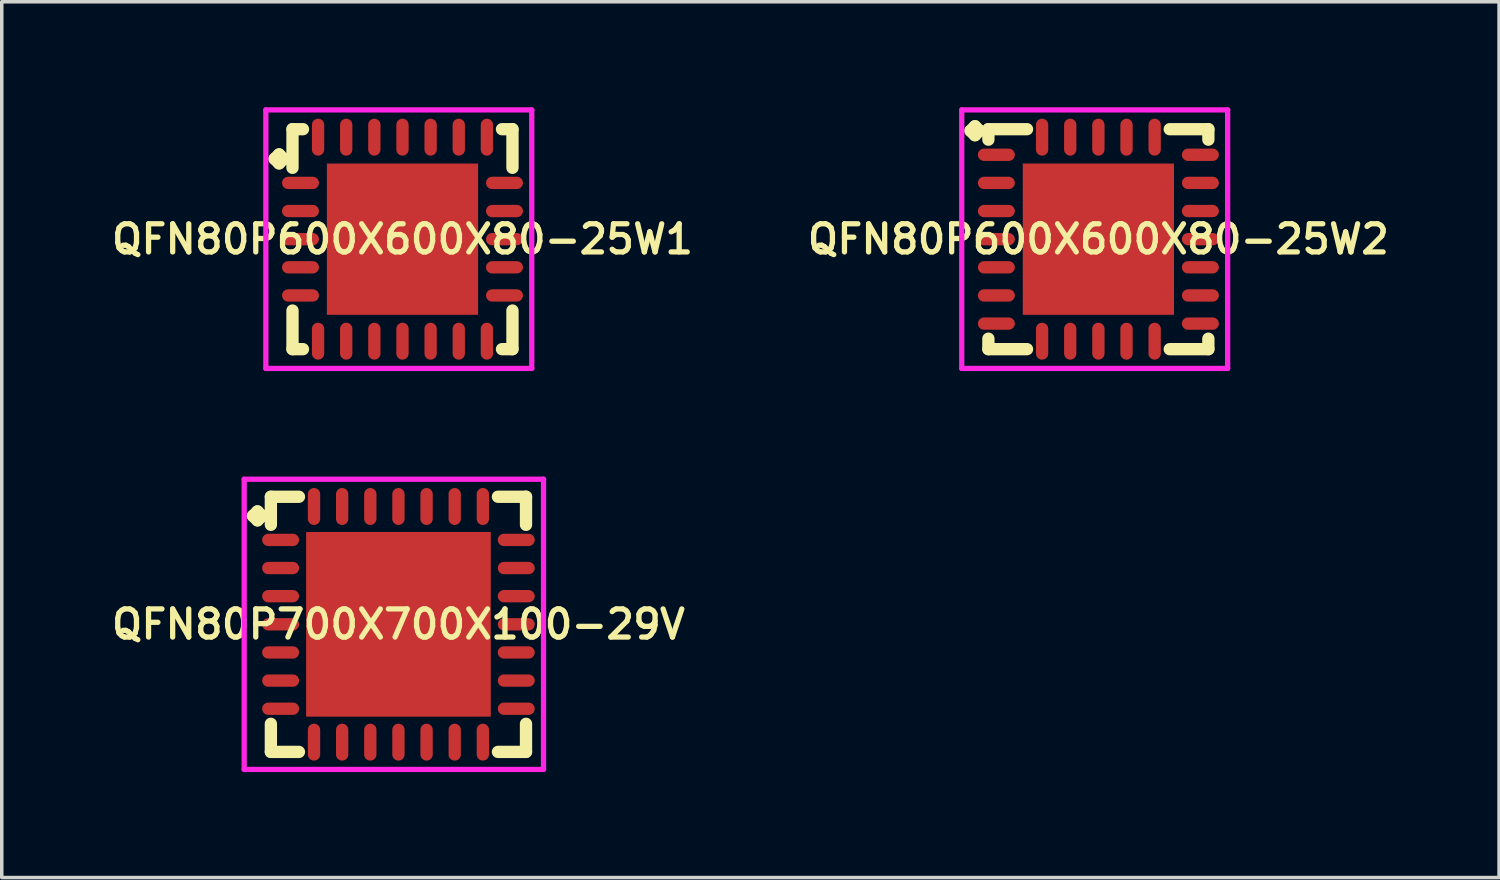
<source format=kicad_pcb>
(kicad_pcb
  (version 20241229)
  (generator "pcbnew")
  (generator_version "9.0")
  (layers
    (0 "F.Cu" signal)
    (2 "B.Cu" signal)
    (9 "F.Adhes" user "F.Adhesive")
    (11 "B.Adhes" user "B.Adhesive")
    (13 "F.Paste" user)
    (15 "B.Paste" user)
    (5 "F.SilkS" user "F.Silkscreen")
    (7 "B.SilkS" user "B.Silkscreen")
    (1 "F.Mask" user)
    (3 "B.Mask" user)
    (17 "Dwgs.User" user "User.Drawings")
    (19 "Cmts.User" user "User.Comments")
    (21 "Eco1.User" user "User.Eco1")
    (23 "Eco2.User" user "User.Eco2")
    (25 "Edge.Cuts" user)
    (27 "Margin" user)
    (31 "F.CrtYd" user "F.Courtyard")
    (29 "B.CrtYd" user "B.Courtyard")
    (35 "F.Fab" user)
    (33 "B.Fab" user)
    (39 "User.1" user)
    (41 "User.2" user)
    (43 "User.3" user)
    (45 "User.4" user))
  (footprint "QFN80P600X600X80-25W1"
    (layer "F.Cu")
    (at 8.393 3.75)
    (property "Reference" "QFN80P600X600X80-25W1" (at 0 0 0) (layer "F.SilkS") (effects (font (size 0.8 0.8) (thickness 0.15))))
    (attr smd)
    (fp_line (start -3.635 -2.283) (end -3.508 -2.41) (stroke (width 0.35) (type solid)) (layer "F.SilkS"))
    (fp_line (start -3.508 -2.41) (end -3.381 -2.283) (stroke (width 0.35) (type solid)) (layer "F.SilkS"))
    (fp_line (start -3.508 -2.156) (end -3.635 -2.283) (stroke (width 0.35) (type solid)) (layer "F.SilkS"))
    (fp_line (start -3.381 -2.283) (end -3.508 -2.156) (stroke (width 0.35) (type solid)) (layer "F.SilkS"))
    (fp_line (start -3.127 -3.127) (end -2.829 -3.127) (stroke (width 0.35) (type solid)) (layer "F.SilkS"))
    (fp_line (start -3.127 -2.029) (end -3.127 -3.127) (stroke (width 0.35) (type solid)) (layer "F.SilkS"))
    (fp_line (start -3.127 2.029) (end -3.127 3.127) (stroke (width 0.35) (type solid)) (layer "F.SilkS"))
    (fp_line (start -3.127 3.127) (end -2.829 3.127) (stroke (width 0.35) (type solid)) (layer "F.SilkS"))
    (fp_line (start 2.829 -3.127) (end 3.127 -3.127) (stroke (width 0.35) (type solid)) (layer "F.SilkS"))
    (fp_line (start 2.829 3.127) (end 3.127 3.127) (stroke (width 0.35) (type solid)) (layer "F.SilkS"))
    (fp_line (start 3.127 -3.127) (end 3.127 -2.029) (stroke (width 0.35) (type solid)) (layer "F.SilkS"))
    (fp_line (start 3.127 3.127) (end 3.127 2.029) (stroke (width 0.35) (type solid)) (layer "F.SilkS"))
    (fp_line (start -3.885 -3.675) (end 3.675 -3.675) (stroke (width 0.15) (type solid)) (layer "F.CrtYd"))
    (fp_line (start -3.885 3.675) (end -3.885 -3.675) (stroke (width 0.15) (type solid)) (layer "F.CrtYd"))
    (fp_line (start 3.675 -3.675) (end 3.675 3.675) (stroke (width 0.15) (type solid)) (layer "F.CrtYd"))
    (fp_line (start 3.675 3.675) (end -3.885 3.675) (stroke (width 0.15) (type solid)) (layer "F.CrtYd"))
    (pad "1" smd oval (at -2.9 -1.6) (size 1.05 0.35) (layers "F.Cu" "F.Mask" "F.Paste"))
    (pad "2" smd oval (at -2.9 -0.8) (size 1.05 0.35) (layers "F.Cu" "F.Mask" "F.Paste"))
    (pad "3" smd oval (at -2.9 0) (size 1.05 0.35) (layers "F.Cu" "F.Mask" "F.Paste"))
    (pad "4" smd oval (at -2.9 0.8) (size 1.05 0.35) (layers "F.Cu" "F.Mask" "F.Paste"))
    (pad "5" smd oval (at -2.9 1.6) (size 1.05 0.35) (layers "F.Cu" "F.Mask" "F.Paste"))
    (pad "6" smd oval (at -2.4 2.9) (size 0.35 1.05) (layers "F.Cu" "F.Mask" "F.Paste"))
    (pad "7" smd oval (at -1.6 2.9) (size 0.35 1.05) (layers "F.Cu" "F.Mask" "F.Paste"))
    (pad "8" smd oval (at -0.8 2.9) (size 0.35 1.05) (layers "F.Cu" "F.Mask" "F.Paste"))
    (pad "9" smd oval (at 0 2.9) (size 0.35 1.05) (layers "F.Cu" "F.Mask" "F.Paste"))
    (pad "10" smd oval (at 0.8 2.9) (size 0.35 1.05) (layers "F.Cu" "F.Mask" "F.Paste"))
    (pad "11" smd oval (at 1.6 2.9) (size 0.35 1.05) (layers "F.Cu" "F.Mask" "F.Paste"))
    (pad "12" smd oval (at 2.4 2.9) (size 0.35 1.05) (layers "F.Cu" "F.Mask" "F.Paste"))
    (pad "13" smd oval (at 2.9 1.6) (size 1.05 0.35) (layers "F.Cu" "F.Mask" "F.Paste"))
    (pad "14" smd oval (at 2.9 0.8) (size 1.05 0.35) (layers "F.Cu" "F.Mask" "F.Paste"))
    (pad "15" smd oval (at 2.9 0) (size 1.05 0.35) (layers "F.Cu" "F.Mask" "F.Paste"))
    (pad "16" smd oval (at 2.9 -0.8) (size 1.05 0.35) (layers "F.Cu" "F.Mask" "F.Paste"))
    (pad "17" smd oval (at 2.9 -1.6) (size 1.05 0.35) (layers "F.Cu" "F.Mask" "F.Paste"))
    (pad "18" smd oval (at 2.4 -2.9) (size 0.35 1.05) (layers "F.Cu" "F.Mask" "F.Paste"))
    (pad "19" smd oval (at 1.6 -2.9) (size 0.35 1.05) (layers "F.Cu" "F.Mask" "F.Paste"))
    (pad "20" smd oval (at 0.8 -2.9) (size 0.35 1.05) (layers "F.Cu" "F.Mask" "F.Paste"))
    (pad "21" smd oval (at 0 -2.9) (size 0.35 1.05) (layers "F.Cu" "F.Mask" "F.Paste"))
    (pad "22" smd oval (at -0.8 -2.9) (size 0.35 1.05) (layers "F.Cu" "F.Mask" "F.Paste"))
    (pad "23" smd oval (at -1.6 -2.9) (size 0.35 1.05) (layers "F.Cu" "F.Mask" "F.Paste"))
    (pad "24" smd oval (at -2.4 -2.9) (size 0.35 1.05) (layers "F.Cu" "F.Mask" "F.Paste"))
    (pad "25" smd rect (at 0 0) (size 4.3 4.3) (layers "F.Cu" "F.Mask" "F.Paste")))
  (footprint "QFN80P700X700X100-29V"
    (layer "F.Cu")
    (at 8.278 14.7)
    (property "Reference" "QFN80P700X700X100-29V" (at 0 0 0) (layer "F.SilkS") (effects (font (size 0.8 0.8) (thickness 0.15))))
    (attr smd)
    (fp_line (start -4.135 -3.083) (end -4.008 -3.21) (stroke (width 0.35) (type solid)) (layer "F.SilkS"))
    (fp_line (start -4.008 -3.21) (end -3.881 -3.083) (stroke (width 0.35) (type solid)) (layer "F.SilkS"))
    (fp_line (start -4.008 -2.956) (end -4.135 -3.083) (stroke (width 0.35) (type solid)) (layer "F.SilkS"))
    (fp_line (start -3.881 -3.083) (end -4.008 -2.956) (stroke (width 0.35) (type solid)) (layer "F.SilkS"))
    (fp_line (start -3.627 -3.627) (end -2.829 -3.627) (stroke (width 0.35) (type solid)) (layer "F.SilkS"))
    (fp_line (start -3.627 -2.829) (end -3.627 -3.627) (stroke (width 0.35) (type solid)) (layer "F.SilkS"))
    (fp_line (start -3.627 2.829) (end -3.627 3.627) (stroke (width 0.35) (type solid)) (layer "F.SilkS"))
    (fp_line (start -3.627 3.627) (end -2.829 3.627) (stroke (width 0.35) (type solid)) (layer "F.SilkS"))
    (fp_line (start 2.829 -3.627) (end 3.627 -3.627) (stroke (width 0.35) (type solid)) (layer "F.SilkS"))
    (fp_line (start 2.829 3.627) (end 3.627 3.627) (stroke (width 0.35) (type solid)) (layer "F.SilkS"))
    (fp_line (start 3.627 -3.627) (end 3.627 -2.829) (stroke (width 0.35) (type solid)) (layer "F.SilkS"))
    (fp_line (start 3.627 3.627) (end 3.627 2.829) (stroke (width 0.35) (type solid)) (layer "F.SilkS"))
    (fp_line (start -4.385 -4.125) (end 4.125 -4.125) (stroke (width 0.15) (type solid)) (layer "F.CrtYd"))
    (fp_line (start -4.385 4.125) (end -4.385 -4.125) (stroke (width 0.15) (type solid)) (layer "F.CrtYd"))
    (fp_line (start 4.125 -4.125) (end 4.125 4.125) (stroke (width 0.15) (type solid)) (layer "F.CrtYd"))
    (fp_line (start 4.125 4.125) (end -4.385 4.125) (stroke (width 0.15) (type solid)) (layer "F.CrtYd"))
    (pad "1" smd oval (at -3.35 -2.4) (size 1.05 0.35) (layers "F.Cu" "F.Mask" "F.Paste"))
    (pad "2" smd oval (at -3.35 -1.6) (size 1.05 0.35) (layers "F.Cu" "F.Mask" "F.Paste"))
    (pad "3" smd oval (at -3.35 -0.8) (size 1.05 0.35) (layers "F.Cu" "F.Mask" "F.Paste"))
    (pad "4" smd oval (at -3.35 0) (size 1.05 0.35) (layers "F.Cu" "F.Mask" "F.Paste"))
    (pad "5" smd oval (at -3.35 0.8) (size 1.05 0.35) (layers "F.Cu" "F.Mask" "F.Paste"))
    (pad "6" smd oval (at -3.35 1.6) (size 1.05 0.35) (layers "F.Cu" "F.Mask" "F.Paste"))
    (pad "7" smd oval (at -3.35 2.4) (size 1.05 0.35) (layers "F.Cu" "F.Mask" "F.Paste"))
    (pad "8" smd oval (at -2.4 3.35) (size 0.35 1.05) (layers "F.Cu" "F.Mask" "F.Paste"))
    (pad "9" smd oval (at -1.6 3.35) (size 0.35 1.05) (layers "F.Cu" "F.Mask" "F.Paste"))
    (pad "10" smd oval (at -0.8 3.35) (size 0.35 1.05) (layers "F.Cu" "F.Mask" "F.Paste"))
    (pad "11" smd oval (at 0 3.35) (size 0.35 1.05) (layers "F.Cu" "F.Mask" "F.Paste"))
    (pad "12" smd oval (at 0.8 3.35) (size 0.35 1.05) (layers "F.Cu" "F.Mask" "F.Paste"))
    (pad "13" smd oval (at 1.6 3.35) (size 0.35 1.05) (layers "F.Cu" "F.Mask" "F.Paste"))
    (pad "14" smd oval (at 2.4 3.35) (size 0.35 1.05) (layers "F.Cu" "F.Mask" "F.Paste"))
    (pad "15" smd oval (at 3.35 2.4) (size 1.05 0.35) (layers "F.Cu" "F.Mask" "F.Paste"))
    (pad "16" smd oval (at 3.35 1.6) (size 1.05 0.35) (layers "F.Cu" "F.Mask" "F.Paste"))
    (pad "17" smd oval (at 3.35 0.8) (size 1.05 0.35) (layers "F.Cu" "F.Mask" "F.Paste"))
    (pad "18" smd oval (at 3.35 0) (size 1.05 0.35) (layers "F.Cu" "F.Mask" "F.Paste"))
    (pad "19" smd oval (at 3.35 -0.8) (size 1.05 0.35) (layers "F.Cu" "F.Mask" "F.Paste"))
    (pad "20" smd oval (at 3.35 -1.6) (size 1.05 0.35) (layers "F.Cu" "F.Mask" "F.Paste"))
    (pad "21" smd oval (at 3.35 -2.4) (size 1.05 0.35) (layers "F.Cu" "F.Mask" "F.Paste"))
    (pad "22" smd oval (at 2.4 -3.35) (size 0.35 1.05) (layers "F.Cu" "F.Mask" "F.Paste"))
    (pad "23" smd oval (at 1.6 -3.35) (size 0.35 1.05) (layers "F.Cu" "F.Mask" "F.Paste"))
    (pad "24" smd oval (at 0.8 -3.35) (size 0.35 1.05) (layers "F.Cu" "F.Mask" "F.Paste"))
    (pad "25" smd oval (at 0 -3.35) (size 0.35 1.05) (layers "F.Cu" "F.Mask" "F.Paste"))
    (pad "26" smd oval (at -0.8 -3.35) (size 0.35 1.05) (layers "F.Cu" "F.Mask" "F.Paste"))
    (pad "27" smd oval (at -1.6 -3.35) (size 0.35 1.05) (layers "F.Cu" "F.Mask" "F.Paste"))
    (pad "28" smd oval (at -2.4 -3.35) (size 0.35 1.05) (layers "F.Cu" "F.Mask" "F.Paste"))
    (pad "29" smd rect (at 0 0) (size 5.25 5.25) (layers "F.Cu" "F.Mask" "F.Paste")))
  (footprint "QFN80P600X600X80-25W2"
    (layer "F.Cu")
    (at 28.178 3.75)
    (property "Reference" "QFN80P600X600X80-25W2" (at 0 0 0) (layer "F.SilkS") (effects (font (size 0.8 0.8) (thickness 0.15))))
    (attr through_hole)
    (fp_line (start -3.635 -3.083) (end -3.508 -3.21) (stroke (width 0.35) (type solid)) (layer "F.SilkS"))
    (fp_line (start -3.508 -3.21) (end -3.381 -3.083) (stroke (width 0.35) (type solid)) (layer "F.SilkS"))
    (fp_line (start -3.508 -2.956) (end -3.635 -3.083) (stroke (width 0.35) (type solid)) (layer "F.SilkS"))
    (fp_line (start -3.381 -3.083) (end -3.508 -2.956) (stroke (width 0.35) (type solid)) (layer "F.SilkS"))
    (fp_line (start -3.127 -3.127) (end -2.029 -3.127) (stroke (width 0.35) (type solid)) (layer "F.SilkS"))
    (fp_line (start -3.127 -2.829) (end -3.127 -3.127) (stroke (width 0.35) (type solid)) (layer "F.SilkS"))
    (fp_line (start -3.127 2.829) (end -3.127 3.127) (stroke (width 0.35) (type solid)) (layer "F.SilkS"))
    (fp_line (start -3.127 3.127) (end -2.029 3.127) (stroke (width 0.35) (type solid)) (layer "F.SilkS"))
    (fp_line (start 2.029 -3.127) (end 3.127 -3.127) (stroke (width 0.35) (type solid)) (layer "F.SilkS"))
    (fp_line (start 2.029 3.127) (end 3.127 3.127) (stroke (width 0.35) (type solid)) (layer "F.SilkS"))
    (fp_line (start 3.127 -3.127) (end 3.127 -2.829) (stroke (width 0.35) (type solid)) (layer "F.SilkS"))
    (fp_line (start 3.127 3.127) (end 3.127 2.829) (stroke (width 0.35) (type solid)) (layer "F.SilkS"))
    (fp_line (start -3.885 -3.675) (end 3.675 -3.675) (stroke (width 0.15) (type solid)) (layer "F.CrtYd"))
    (fp_line (start -3.885 3.675) (end -3.885 -3.675) (stroke (width 0.15) (type solid)) (layer "F.CrtYd"))
    (fp_line (start 3.675 -3.675) (end 3.675 3.675) (stroke (width 0.15) (type solid)) (layer "F.CrtYd"))
    (fp_line (start 3.675 3.675) (end -3.885 3.675) (stroke (width 0.15) (type solid)) (layer "F.CrtYd"))
    (pad "1" smd oval (at -2.9 -2.4) (size 1.05 0.35) (layers "F.Cu" "F.Mask" "F.Paste"))
    (pad "2" smd oval (at -2.9 -1.6) (size 1.05 0.35) (layers "F.Cu" "F.Mask" "F.Paste"))
    (pad "3" smd oval (at -2.9 -0.8) (size 1.05 0.35) (layers "F.Cu" "F.Mask" "F.Paste"))
    (pad "4" smd oval (at -2.9 0) (size 1.05 0.35) (layers "F.Cu" "F.Mask" "F.Paste"))
    (pad "5" smd oval (at -2.9 0.8) (size 1.05 0.35) (layers "F.Cu" "F.Mask" "F.Paste"))
    (pad "6" smd oval (at -2.9 1.6) (size 1.05 0.35) (layers "F.Cu" "F.Mask" "F.Paste"))
    (pad "7" smd oval (at -2.9 2.4) (size 1.05 0.35) (layers "F.Cu" "F.Mask" "F.Paste"))
    (pad "8" smd oval (at -1.6 2.9) (size 0.35 1.05) (layers "F.Cu" "F.Mask" "F.Paste"))
    (pad "9" smd oval (at -0.8 2.9) (size 0.35 1.05) (layers "F.Cu" "F.Mask" "F.Paste"))
    (pad "10" smd oval (at 0 2.9) (size 0.35 1.05) (layers "F.Cu" "F.Mask" "F.Paste"))
    (pad "11" smd oval (at 0.8 2.9) (size 0.35 1.05) (layers "F.Cu" "F.Mask" "F.Paste"))
    (pad "12" smd oval (at 1.6 2.9) (size 0.35 1.05) (layers "F.Cu" "F.Mask" "F.Paste"))
    (pad "13" smd oval (at 2.9 2.4) (size 1.05 0.35) (layers "F.Cu" "F.Mask" "F.Paste"))
    (pad "14" smd oval (at 2.9 1.6) (size 1.05 0.35) (layers "F.Cu" "F.Mask" "F.Paste"))
    (pad "15" smd oval (at 2.9 0.8) (size 1.05 0.35) (layers "F.Cu" "F.Mask" "F.Paste"))
    (pad "16" smd oval (at 2.9 0) (size 1.05 0.35) (layers "F.Cu" "F.Mask" "F.Paste"))
    (pad "17" smd oval (at 2.9 -0.8) (size 1.05 0.35) (layers "F.Cu" "F.Mask" "F.Paste"))
    (pad "18" smd oval (at 2.9 -1.6) (size 1.05 0.35) (layers "F.Cu" "F.Mask" "F.Paste"))
    (pad "19" smd oval (at 2.9 -2.4) (size 1.05 0.35) (layers "F.Cu" "F.Mask" "F.Paste"))
    (pad "20" smd oval (at 1.6 -2.9) (size 0.35 1.05) (layers "F.Cu" "F.Mask" "F.Paste"))
    (pad "21" smd oval (at 0.8 -2.9) (size 0.35 1.05) (layers "F.Cu" "F.Mask" "F.Paste"))
    (pad "22" smd oval (at 0 -2.9) (size 0.35 1.05) (layers "F.Cu" "F.Mask" "F.Paste"))
    (pad "23" smd oval (at -0.8 -2.9) (size 0.35 1.05) (layers "F.Cu" "F.Mask" "F.Paste"))
    (pad "24" smd oval (at -1.6 -2.9) (size 0.35 1.05) (layers "F.Cu" "F.Mask" "F.Paste"))
    (pad "25" smd rect (at 0 0) (size 4.3 4.3) (layers "F.Cu" "F.Mask" "F.Paste")))
  (gr_rect
    (start -3 -3)
    (end 39.57 21.9)
    (stroke (width 0.1) (type default))
    (fill no)
    (layer "Edge.Cuts")))
</source>
